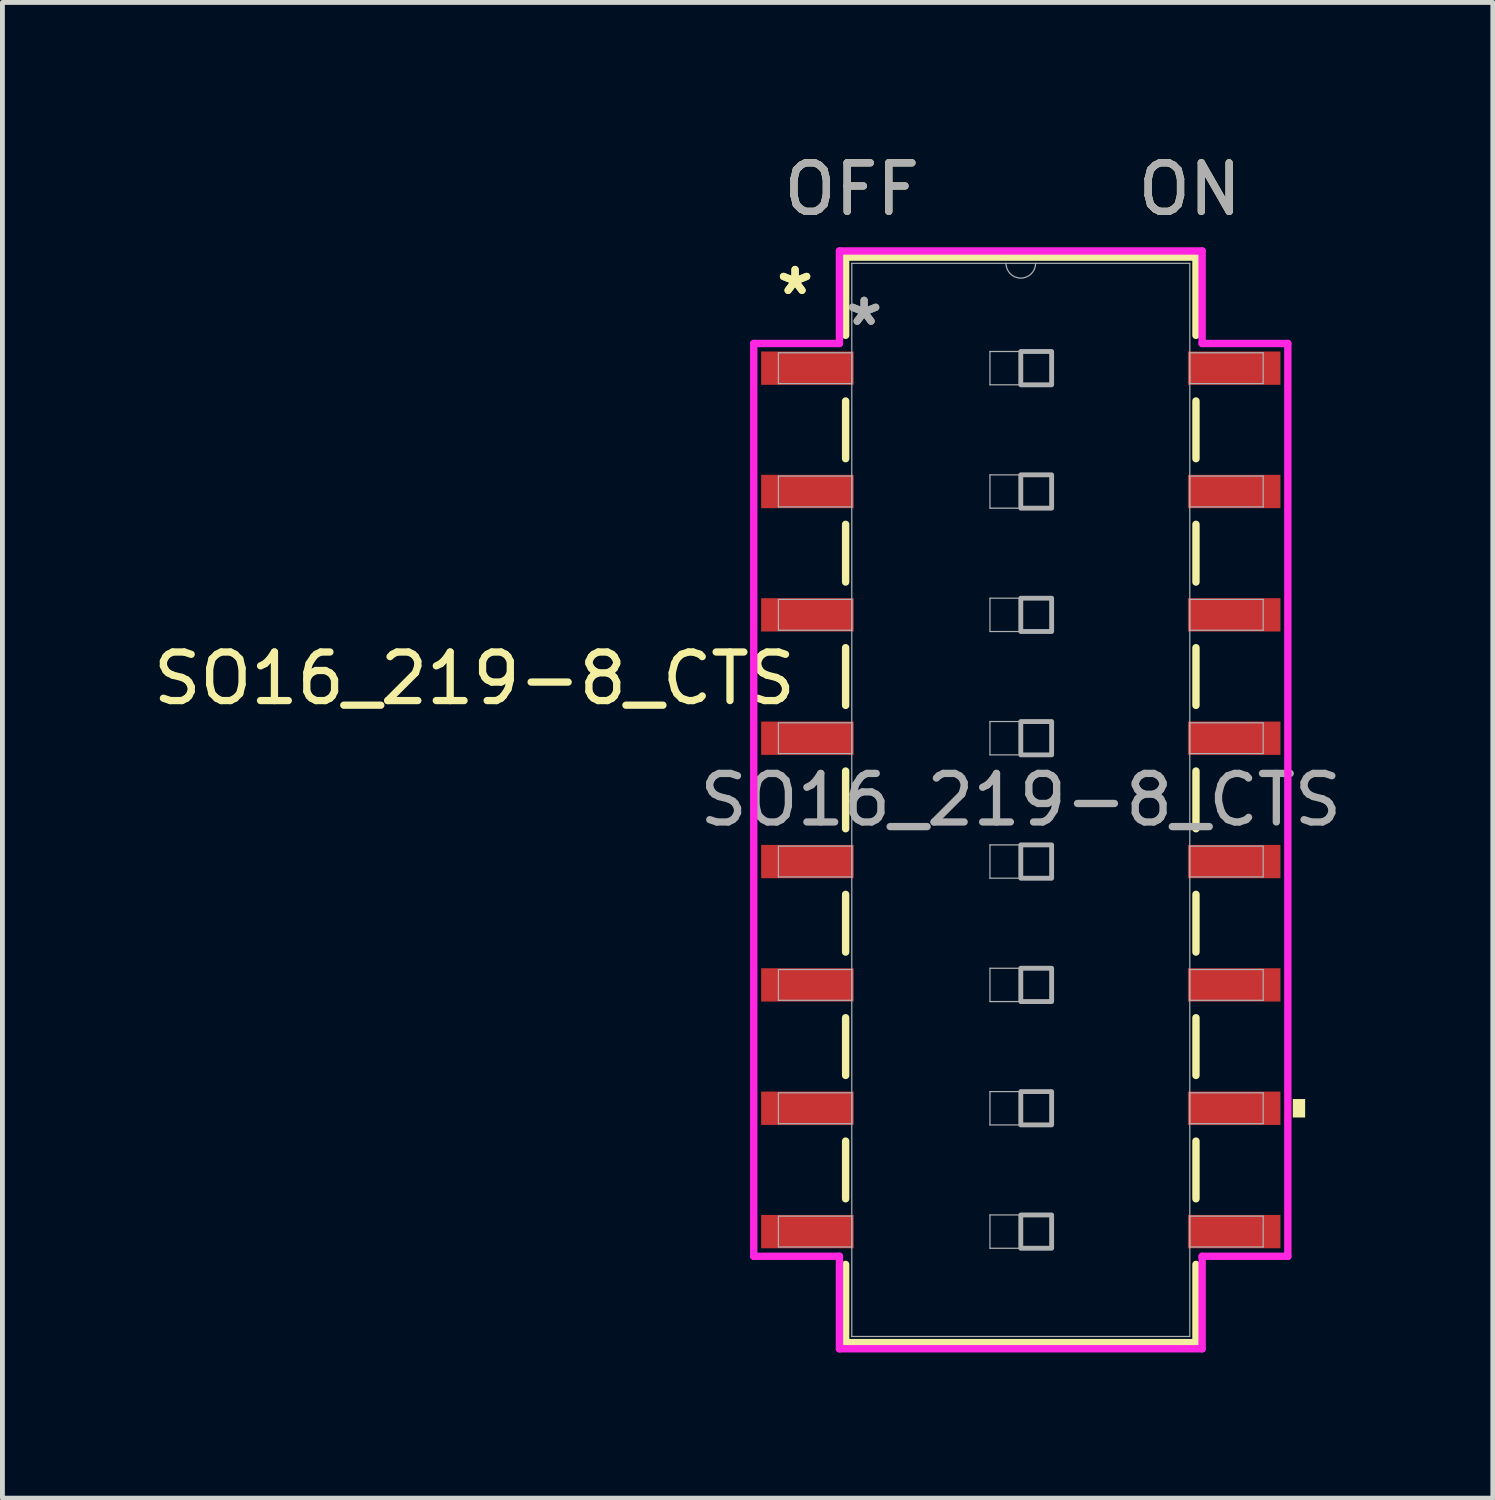
<source format=kicad_pcb>
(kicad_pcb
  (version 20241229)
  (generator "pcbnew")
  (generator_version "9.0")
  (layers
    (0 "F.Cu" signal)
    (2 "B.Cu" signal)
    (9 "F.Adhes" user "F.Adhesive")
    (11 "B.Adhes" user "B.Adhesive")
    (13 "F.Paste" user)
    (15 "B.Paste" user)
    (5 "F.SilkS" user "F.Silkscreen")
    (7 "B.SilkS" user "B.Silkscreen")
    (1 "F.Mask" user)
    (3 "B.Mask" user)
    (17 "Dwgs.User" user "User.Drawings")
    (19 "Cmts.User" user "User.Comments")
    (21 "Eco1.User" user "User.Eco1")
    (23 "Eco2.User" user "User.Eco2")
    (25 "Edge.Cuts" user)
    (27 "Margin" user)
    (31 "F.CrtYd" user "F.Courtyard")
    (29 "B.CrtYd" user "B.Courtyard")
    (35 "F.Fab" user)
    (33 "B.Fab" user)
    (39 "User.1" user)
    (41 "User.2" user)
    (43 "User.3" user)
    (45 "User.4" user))
  (footprint "SO16_219-8_CTS"
    (layer "F.Cu")
    (at 17.97 13.421)
    (property "Reference" "SO16_219-8_CTS" (at -11.25 -2.5 0) (unlocked yes) (layer "F.SilkS") (effects (font (size 1 1) (thickness 0.15))))
    (attr smd)
    (fp_line (start -3.607 -11.176) (end -3.607 -9.566) (stroke (width 0.152) (type solid)) (layer "F.SilkS"))
    (fp_line (start -3.607 -8.214) (end -3.607 -7.026) (stroke (width 0.152) (type solid)) (layer "F.SilkS"))
    (fp_line (start -3.607 -5.674) (end -3.607 -4.486) (stroke (width 0.152) (type solid)) (layer "F.SilkS"))
    (fp_line (start -3.607 -3.134) (end -3.607 -1.946) (stroke (width 0.152) (type solid)) (layer "F.SilkS"))
    (fp_line (start -3.607 -0.594) (end -3.607 0.594) (stroke (width 0.152) (type solid)) (layer "F.SilkS"))
    (fp_line (start -3.607 1.946) (end -3.607 3.134) (stroke (width 0.152) (type solid)) (layer "F.SilkS"))
    (fp_line (start -3.607 4.486) (end -3.607 5.674) (stroke (width 0.152) (type solid)) (layer "F.SilkS"))
    (fp_line (start -3.607 7.026) (end -3.607 8.214) (stroke (width 0.152) (type solid)) (layer "F.SilkS"))
    (fp_line (start -3.607 9.566) (end -3.607 11.176) (stroke (width 0.152) (type solid)) (layer "F.SilkS"))
    (fp_line (start -3.607 11.176) (end 3.607 11.176) (stroke (width 0.152) (type solid)) (layer "F.SilkS"))
    (fp_line (start 3.607 -11.176) (end -3.607 -11.176) (stroke (width 0.152) (type solid)) (layer "F.SilkS"))
    (fp_line (start 3.607 -9.566) (end 3.607 -11.176) (stroke (width 0.152) (type solid)) (layer "F.SilkS"))
    (fp_line (start 3.607 -7.026) (end 3.607 -8.214) (stroke (width 0.152) (type solid)) (layer "F.SilkS"))
    (fp_line (start 3.607 -4.486) (end 3.607 -5.674) (stroke (width 0.152) (type solid)) (layer "F.SilkS"))
    (fp_line (start 3.607 -1.946) (end 3.607 -3.134) (stroke (width 0.152) (type solid)) (layer "F.SilkS"))
    (fp_line (start 3.607 0.594) (end 3.607 -0.594) (stroke (width 0.152) (type solid)) (layer "F.SilkS"))
    (fp_line (start 3.607 3.134) (end 3.607 1.946) (stroke (width 0.152) (type solid)) (layer "F.SilkS"))
    (fp_line (start 3.607 5.674) (end 3.607 4.486) (stroke (width 0.152) (type solid)) (layer "F.SilkS"))
    (fp_line (start 3.607 8.214) (end 3.607 7.026) (stroke (width 0.152) (type solid)) (layer "F.SilkS"))
    (fp_line (start 3.607 11.176) (end 3.607 9.566) (stroke (width 0.152) (type solid)) (layer "F.SilkS"))
    (fp_poly (pts (xy 5.855 6.16) (xy 5.855 6.54) (xy 5.601 6.54) (xy 5.601 6.16)) (stroke (width 0) (type solid)) (fill yes) (layer "F.SilkS"))
    (fp_line (start -5.499 -9.398) (end -3.734 -9.398) (stroke (width 0.152) (type solid)) (layer "F.CrtYd"))
    (fp_line (start -5.499 9.398) (end -5.499 -9.398) (stroke (width 0.152) (type solid)) (layer "F.CrtYd"))
    (fp_line (start -3.734 -11.303) (end 3.734 -11.303) (stroke (width 0.152) (type solid)) (layer "F.CrtYd"))
    (fp_line (start -3.734 -9.398) (end -3.734 -11.303) (stroke (width 0.152) (type solid)) (layer "F.CrtYd"))
    (fp_line (start -3.734 9.398) (end -5.499 9.398) (stroke (width 0.152) (type solid)) (layer "F.CrtYd"))
    (fp_line (start -3.734 11.303) (end -3.734 9.398) (stroke (width 0.152) (type solid)) (layer "F.CrtYd"))
    (fp_line (start 3.734 -11.303) (end 3.734 -9.398) (stroke (width 0.152) (type solid)) (layer "F.CrtYd"))
    (fp_line (start 3.734 -9.398) (end 5.499 -9.398) (stroke (width 0.152) (type solid)) (layer "F.CrtYd"))
    (fp_line (start 3.734 9.398) (end 3.734 11.303) (stroke (width 0.152) (type solid)) (layer "F.CrtYd"))
    (fp_line (start 3.734 11.303) (end -3.734 11.303) (stroke (width 0.152) (type solid)) (layer "F.CrtYd"))
    (fp_line (start 5.499 -9.398) (end 5.499 9.398) (stroke (width 0.152) (type solid)) (layer "F.CrtYd"))
    (fp_line (start 5.499 9.398) (end 3.734 9.398) (stroke (width 0.152) (type solid)) (layer "F.CrtYd"))
    (fp_line (start -4.991 -9.207) (end -4.991 -8.572) (stroke (width 0.025) (type solid)) (layer "F.Fab"))
    (fp_line (start -4.991 -8.572) (end -3.48 -8.572) (stroke (width 0.025) (type solid)) (layer "F.Fab"))
    (fp_line (start -4.991 -6.668) (end -4.991 -6.032) (stroke (width 0.025) (type solid)) (layer "F.Fab"))
    (fp_line (start -4.991 -6.032) (end -3.48 -6.032) (stroke (width 0.025) (type solid)) (layer "F.Fab"))
    (fp_line (start -4.991 -4.128) (end -4.991 -3.493) (stroke (width 0.025) (type solid)) (layer "F.Fab"))
    (fp_line (start -4.991 -3.493) (end -3.48 -3.493) (stroke (width 0.025) (type solid)) (layer "F.Fab"))
    (fp_line (start -4.991 -1.587) (end -4.991 -0.953) (stroke (width 0.025) (type solid)) (layer "F.Fab"))
    (fp_line (start -4.991 -0.953) (end -3.48 -0.953) (stroke (width 0.025) (type solid)) (layer "F.Fab"))
    (fp_line (start -4.991 0.953) (end -4.991 1.587) (stroke (width 0.025) (type solid)) (layer "F.Fab"))
    (fp_line (start -4.991 1.587) (end -3.48 1.587) (stroke (width 0.025) (type solid)) (layer "F.Fab"))
    (fp_line (start -4.991 3.493) (end -4.991 4.128) (stroke (width 0.025) (type solid)) (layer "F.Fab"))
    (fp_line (start -4.991 4.128) (end -3.48 4.128) (stroke (width 0.025) (type solid)) (layer "F.Fab"))
    (fp_line (start -4.991 6.032) (end -4.991 6.668) (stroke (width 0.025) (type solid)) (layer "F.Fab"))
    (fp_line (start -4.991 6.668) (end -3.48 6.668) (stroke (width 0.025) (type solid)) (layer "F.Fab"))
    (fp_line (start -4.991 8.572) (end -4.991 9.207) (stroke (width 0.025) (type solid)) (layer "F.Fab"))
    (fp_line (start -4.991 9.207) (end -3.48 9.207) (stroke (width 0.025) (type solid)) (layer "F.Fab"))
    (fp_line (start -3.48 -11.049) (end -3.48 11.049) (stroke (width 0.025) (type solid)) (layer "F.Fab"))
    (fp_line (start -3.48 -9.207) (end -4.991 -9.207) (stroke (width 0.025) (type solid)) (layer "F.Fab"))
    (fp_line (start -3.48 -8.572) (end -3.48 -9.207) (stroke (width 0.025) (type solid)) (layer "F.Fab"))
    (fp_line (start -3.48 -6.668) (end -4.991 -6.668) (stroke (width 0.025) (type solid)) (layer "F.Fab"))
    (fp_line (start -3.48 -6.032) (end -3.48 -6.668) (stroke (width 0.025) (type solid)) (layer "F.Fab"))
    (fp_line (start -3.48 -4.128) (end -4.991 -4.128) (stroke (width 0.025) (type solid)) (layer "F.Fab"))
    (fp_line (start -3.48 -3.493) (end -3.48 -4.128) (stroke (width 0.025) (type solid)) (layer "F.Fab"))
    (fp_line (start -3.48 -1.587) (end -4.991 -1.587) (stroke (width 0.025) (type solid)) (layer "F.Fab"))
    (fp_line (start -3.48 -0.953) (end -3.48 -1.587) (stroke (width 0.025) (type solid)) (layer "F.Fab"))
    (fp_line (start -3.48 0.953) (end -4.991 0.953) (stroke (width 0.025) (type solid)) (layer "F.Fab"))
    (fp_line (start -3.48 1.587) (end -3.48 0.953) (stroke (width 0.025) (type solid)) (layer "F.Fab"))
    (fp_line (start -3.48 3.493) (end -4.991 3.493) (stroke (width 0.025) (type solid)) (layer "F.Fab"))
    (fp_line (start -3.48 4.128) (end -3.48 3.493) (stroke (width 0.025) (type solid)) (layer "F.Fab"))
    (fp_line (start -3.48 6.032) (end -4.991 6.032) (stroke (width 0.025) (type solid)) (layer "F.Fab"))
    (fp_line (start -3.48 6.668) (end -3.48 6.032) (stroke (width 0.025) (type solid)) (layer "F.Fab"))
    (fp_line (start -3.48 8.572) (end -4.991 8.572) (stroke (width 0.025) (type solid)) (layer "F.Fab"))
    (fp_line (start -3.48 9.207) (end -3.48 8.572) (stroke (width 0.025) (type solid)) (layer "F.Fab"))
    (fp_line (start -3.48 11.049) (end 3.48 11.049) (stroke (width 0.025) (type solid)) (layer "F.Fab"))
    (fp_line (start -0.635 -9.233) (end 0.635 -9.233) (stroke (width 0.025) (type solid)) (layer "F.Fab"))
    (fp_line (start -0.635 -8.547) (end -0.635 -9.233) (stroke (width 0.025) (type solid)) (layer "F.Fab"))
    (fp_line (start -0.635 -6.693) (end 0.635 -6.693) (stroke (width 0.025) (type solid)) (layer "F.Fab"))
    (fp_line (start -0.635 -6.007) (end -0.635 -6.693) (stroke (width 0.025) (type solid)) (layer "F.Fab"))
    (fp_line (start -0.635 -4.153) (end 0.635 -4.153) (stroke (width 0.025) (type solid)) (layer "F.Fab"))
    (fp_line (start -0.635 -3.467) (end -0.635 -4.153) (stroke (width 0.025) (type solid)) (layer "F.Fab"))
    (fp_line (start -0.635 -1.613) (end 0.635 -1.613) (stroke (width 0.025) (type solid)) (layer "F.Fab"))
    (fp_line (start -0.635 -0.927) (end -0.635 -1.613) (stroke (width 0.025) (type solid)) (layer "F.Fab"))
    (fp_line (start -0.635 0.927) (end 0.635 0.927) (stroke (width 0.025) (type solid)) (layer "F.Fab"))
    (fp_line (start -0.635 1.613) (end -0.635 0.927) (stroke (width 0.025) (type solid)) (layer "F.Fab"))
    (fp_line (start -0.635 3.467) (end 0.635 3.467) (stroke (width 0.025) (type solid)) (layer "F.Fab"))
    (fp_line (start -0.635 4.153) (end -0.635 3.467) (stroke (width 0.025) (type solid)) (layer "F.Fab"))
    (fp_line (start -0.635 6.007) (end 0.635 6.007) (stroke (width 0.025) (type solid)) (layer "F.Fab"))
    (fp_line (start -0.635 6.693) (end -0.635 6.007) (stroke (width 0.025) (type solid)) (layer "F.Fab"))
    (fp_line (start -0.635 8.547) (end 0.635 8.547) (stroke (width 0.025) (type solid)) (layer "F.Fab"))
    (fp_line (start -0.635 9.233) (end -0.635 8.547) (stroke (width 0.025) (type solid)) (layer "F.Fab"))
    (fp_line (start 0.635 -9.233) (end 0.635 -8.547) (stroke (width 0.025) (type solid)) (layer "F.Fab"))
    (fp_line (start 0.635 -8.547) (end -0.635 -8.547) (stroke (width 0.025) (type solid)) (layer "F.Fab"))
    (fp_line (start 0.635 -6.693) (end 0.635 -6.007) (stroke (width 0.025) (type solid)) (layer "F.Fab"))
    (fp_line (start 0.635 -6.007) (end -0.635 -6.007) (stroke (width 0.025) (type solid)) (layer "F.Fab"))
    (fp_line (start 0.635 -4.153) (end 0.635 -3.467) (stroke (width 0.025) (type solid)) (layer "F.Fab"))
    (fp_line (start 0.635 -3.467) (end -0.635 -3.467) (stroke (width 0.025) (type solid)) (layer "F.Fab"))
    (fp_line (start 0.635 -1.613) (end 0.635 -0.927) (stroke (width 0.025) (type solid)) (layer "F.Fab"))
    (fp_line (start 0.635 -0.927) (end -0.635 -0.927) (stroke (width 0.025) (type solid)) (layer "F.Fab"))
    (fp_line (start 0.635 0.927) (end 0.635 1.613) (stroke (width 0.025) (type solid)) (layer "F.Fab"))
    (fp_line (start 0.635 1.613) (end -0.635 1.613) (stroke (width 0.025) (type solid)) (layer "F.Fab"))
    (fp_line (start 0.635 3.467) (end 0.635 4.153) (stroke (width 0.025) (type solid)) (layer "F.Fab"))
    (fp_line (start 0.635 4.153) (end -0.635 4.153) (stroke (width 0.025) (type solid)) (layer "F.Fab"))
    (fp_line (start 0.635 6.007) (end 0.635 6.693) (stroke (width 0.025) (type solid)) (layer "F.Fab"))
    (fp_line (start 0.635 6.693) (end -0.635 6.693) (stroke (width 0.025) (type solid)) (layer "F.Fab"))
    (fp_line (start 0.635 8.547) (end 0.635 9.233) (stroke (width 0.025) (type solid)) (layer "F.Fab"))
    (fp_line (start 0.635 9.233) (end -0.635 9.233) (stroke (width 0.025) (type solid)) (layer "F.Fab"))
    (fp_line (start 3.48 -11.049) (end -3.48 -11.049) (stroke (width 0.025) (type solid)) (layer "F.Fab"))
    (fp_line (start 3.48 -9.207) (end 3.48 -8.572) (stroke (width 0.025) (type solid)) (layer "F.Fab"))
    (fp_line (start 3.48 -8.572) (end 4.991 -8.572) (stroke (width 0.025) (type solid)) (layer "F.Fab"))
    (fp_line (start 3.48 -6.668) (end 3.48 -6.032) (stroke (width 0.025) (type solid)) (layer "F.Fab"))
    (fp_line (start 3.48 -6.032) (end 4.991 -6.032) (stroke (width 0.025) (type solid)) (layer "F.Fab"))
    (fp_line (start 3.48 -4.128) (end 3.48 -3.493) (stroke (width 0.025) (type solid)) (layer "F.Fab"))
    (fp_line (start 3.48 -3.493) (end 4.991 -3.493) (stroke (width 0.025) (type solid)) (layer "F.Fab"))
    (fp_line (start 3.48 -1.587) (end 3.48 -0.953) (stroke (width 0.025) (type solid)) (layer "F.Fab"))
    (fp_line (start 3.48 -0.953) (end 4.991 -0.953) (stroke (width 0.025) (type solid)) (layer "F.Fab"))
    (fp_line (start 3.48 0.953) (end 3.48 1.587) (stroke (width 0.025) (type solid)) (layer "F.Fab"))
    (fp_line (start 3.48 1.587) (end 4.991 1.587) (stroke (width 0.025) (type solid)) (layer "F.Fab"))
    (fp_line (start 3.48 3.493) (end 3.48 4.128) (stroke (width 0.025) (type solid)) (layer "F.Fab"))
    (fp_line (start 3.48 4.128) (end 4.991 4.128) (stroke (width 0.025) (type solid)) (layer "F.Fab"))
    (fp_line (start 3.48 6.032) (end 3.48 6.668) (stroke (width 0.025) (type solid)) (layer "F.Fab"))
    (fp_line (start 3.48 6.668) (end 4.991 6.668) (stroke (width 0.025) (type solid)) (layer "F.Fab"))
    (fp_line (start 3.48 8.572) (end 3.48 9.207) (stroke (width 0.025) (type solid)) (layer "F.Fab"))
    (fp_line (start 3.48 9.207) (end 4.991 9.207) (stroke (width 0.025) (type solid)) (layer "F.Fab"))
    (fp_line (start 3.48 11.049) (end 3.48 -11.049) (stroke (width 0.025) (type solid)) (layer "F.Fab"))
    (fp_line (start 4.991 -9.207) (end 3.48 -9.207) (stroke (width 0.025) (type solid)) (layer "F.Fab"))
    (fp_line (start 4.991 -8.572) (end 4.991 -9.207) (stroke (width 0.025) (type solid)) (layer "F.Fab"))
    (fp_line (start 4.991 -6.668) (end 3.48 -6.668) (stroke (width 0.025) (type solid)) (layer "F.Fab"))
    (fp_line (start 4.991 -6.032) (end 4.991 -6.668) (stroke (width 0.025) (type solid)) (layer "F.Fab"))
    (fp_line (start 4.991 -4.128) (end 3.48 -4.128) (stroke (width 0.025) (type solid)) (layer "F.Fab"))
    (fp_line (start 4.991 -3.493) (end 4.991 -4.128) (stroke (width 0.025) (type solid)) (layer "F.Fab"))
    (fp_line (start 4.991 -1.587) (end 3.48 -1.587) (stroke (width 0.025) (type solid)) (layer "F.Fab"))
    (fp_line (start 4.991 -0.953) (end 4.991 -1.587) (stroke (width 0.025) (type solid)) (layer "F.Fab"))
    (fp_line (start 4.991 0.953) (end 3.48 0.953) (stroke (width 0.025) (type solid)) (layer "F.Fab"))
    (fp_line (start 4.991 1.587) (end 4.991 0.953) (stroke (width 0.025) (type solid)) (layer "F.Fab"))
    (fp_line (start 4.991 3.493) (end 3.48 3.493) (stroke (width 0.025) (type solid)) (layer "F.Fab"))
    (fp_line (start 4.991 4.128) (end 4.991 3.493) (stroke (width 0.025) (type solid)) (layer "F.Fab"))
    (fp_line (start 4.991 6.032) (end 3.48 6.032) (stroke (width 0.025) (type solid)) (layer "F.Fab"))
    (fp_line (start 4.991 6.668) (end 4.991 6.032) (stroke (width 0.025) (type solid)) (layer "F.Fab"))
    (fp_line (start 4.991 8.572) (end 3.48 8.572) (stroke (width 0.025) (type solid)) (layer "F.Fab"))
    (fp_line (start 4.991 9.207) (end 4.991 8.572) (stroke (width 0.025) (type solid)) (layer "F.Fab"))
    (fp_arc (start 0.3048 -11.049) (mid 0 -10.7442) (end -0.3048 -11.049) (stroke (width 0.0254) (type solid)) (layer "F.Fab"))
    (fp_poly (pts (xy 0 -9.233) (xy 0.635 -9.233) (xy 0.635 -8.547) (xy 0 -8.547)) (stroke (width 0.1) (type solid)) (fill no) (layer "F.Fab"))
    (fp_poly (pts (xy 0 -6.693) (xy 0.635 -6.693) (xy 0.635 -6.007) (xy 0 -6.007)) (stroke (width 0.1) (type solid)) (fill no) (layer "F.Fab"))
    (fp_poly (pts (xy 0 -4.153) (xy 0.635 -4.153) (xy 0.635 -3.467) (xy 0 -3.467)) (stroke (width 0.1) (type solid)) (fill no) (layer "F.Fab"))
    (fp_poly (pts (xy 0 -1.613) (xy 0.635 -1.613) (xy 0.635 -0.927) (xy 0 -0.927)) (stroke (width 0.1) (type solid)) (fill no) (layer "F.Fab"))
    (fp_poly (pts (xy 0 0.927) (xy 0.635 0.927) (xy 0.635 1.613) (xy 0 1.613)) (stroke (width 0.1) (type solid)) (fill no) (layer "F.Fab"))
    (fp_poly (pts (xy 0 3.467) (xy 0.635 3.467) (xy 0.635 4.153) (xy 0 4.153)) (stroke (width 0.1) (type solid)) (fill no) (layer "F.Fab"))
    (fp_poly (pts (xy 0 6.007) (xy 0.635 6.007) (xy 0.635 6.693) (xy 0 6.693)) (stroke (width 0.1) (type solid)) (fill no) (layer "F.Fab"))
    (fp_poly (pts (xy 0 8.547) (xy 0.635 8.547) (xy 0.635 9.233) (xy 0 9.233)) (stroke (width 0.1) (type solid)) (fill no) (layer "F.Fab"))
    (fp_text user "ON" (at 3.48 -12.573 0) (unlocked yes) (layer "F.SilkS") (effects (font (size 1 1) (thickness 0.15))))
    (fp_text user "*" (at -4.648 -10.376 0) (layer "F.SilkS") (effects (font (size 1 1) (thickness 0.15))))
    (fp_text user "*" (at -4.648 -10.376 0) (unlocked yes) (layer "F.SilkS") (effects (font (size 1 1) (thickness 0.15))))
    (fp_text user "OFF" (at -3.48 -12.573 0) (unlocked yes) (layer "F.SilkS") (effects (font (size 1 1) (thickness 0.15))))
    (fp_text user "${REFERENCE}" (at 0 0 0) (unlocked yes) (layer "F.Fab") (effects (font (size 1 1) (thickness 0.15))))
    (fp_text user "*" (at -3.226 -9.741 0) (unlocked yes) (layer "F.Fab") (effects (font (size 1 1) (thickness 0.15))))
    (fp_text user "OFF" (at -3.48 -12.573 0) (unlocked yes) (layer "F.Fab") (effects (font (size 1 1) (thickness 0.15))))
    (fp_text user "ON" (at 3.48 -12.573 0) (unlocked yes) (layer "F.Fab") (effects (font (size 1 1) (thickness 0.15))))
    (fp_text user "*" (at -3.226 -9.741 0) (layer "F.Fab") (effects (font (size 1 1) (thickness 0.15))))
    (pad "1" smd rect (at -4.394 -8.89) (size 1.905 0.686) (layers "F.Cu" "F.Mask" "F.Paste"))
    (pad "2" smd rect (at -4.394 -6.35) (size 1.905 0.686) (layers "F.Cu" "F.Mask" "F.Paste"))
    (pad "3" smd rect (at -4.394 -3.81) (size 1.905 0.686) (layers "F.Cu" "F.Mask" "F.Paste"))
    (pad "4" smd rect (at -4.394 -1.27) (size 1.905 0.686) (layers "F.Cu" "F.Mask" "F.Paste"))
    (pad "5" smd rect (at -4.394 1.27) (size 1.905 0.686) (layers "F.Cu" "F.Mask" "F.Paste"))
    (pad "6" smd rect (at -4.394 3.81) (size 1.905 0.686) (layers "F.Cu" "F.Mask" "F.Paste"))
    (pad "7" smd rect (at -4.394 6.35) (size 1.905 0.686) (layers "F.Cu" "F.Mask" "F.Paste"))
    (pad "8" smd rect (at -4.394 8.89) (size 1.905 0.686) (layers "F.Cu" "F.Mask" "F.Paste"))
    (pad "9" smd rect (at 4.394 8.89) (size 1.905 0.686) (layers "F.Cu" "F.Mask" "F.Paste"))
    (pad "10" smd rect (at 4.394 6.35) (size 1.905 0.686) (layers "F.Cu" "F.Mask" "F.Paste"))
    (pad "11" smd rect (at 4.394 3.81) (size 1.905 0.686) (layers "F.Cu" "F.Mask" "F.Paste"))
    (pad "12" smd rect (at 4.394 1.27) (size 1.905 0.686) (layers "F.Cu" "F.Mask" "F.Paste"))
    (pad "13" smd rect (at 4.394 -1.27) (size 1.905 0.686) (layers "F.Cu" "F.Mask" "F.Paste"))
    (pad "14" smd rect (at 4.394 -3.81) (size 1.905 0.686) (layers "F.Cu" "F.Mask" "F.Paste"))
    (pad "15" smd rect (at 4.394 -6.35) (size 1.905 0.686) (layers "F.Cu" "F.Mask" "F.Paste"))
    (pad "16" smd rect (at 4.394 -8.89) (size 1.905 0.686) (layers "F.Cu" "F.Mask" "F.Paste")))
  (gr_rect
    (start -3 -3)
    (end 27.69 27.8)
    (stroke (width 0.1) (type default))
    (fill no)
    (layer "Edge.Cuts")))
</source>
